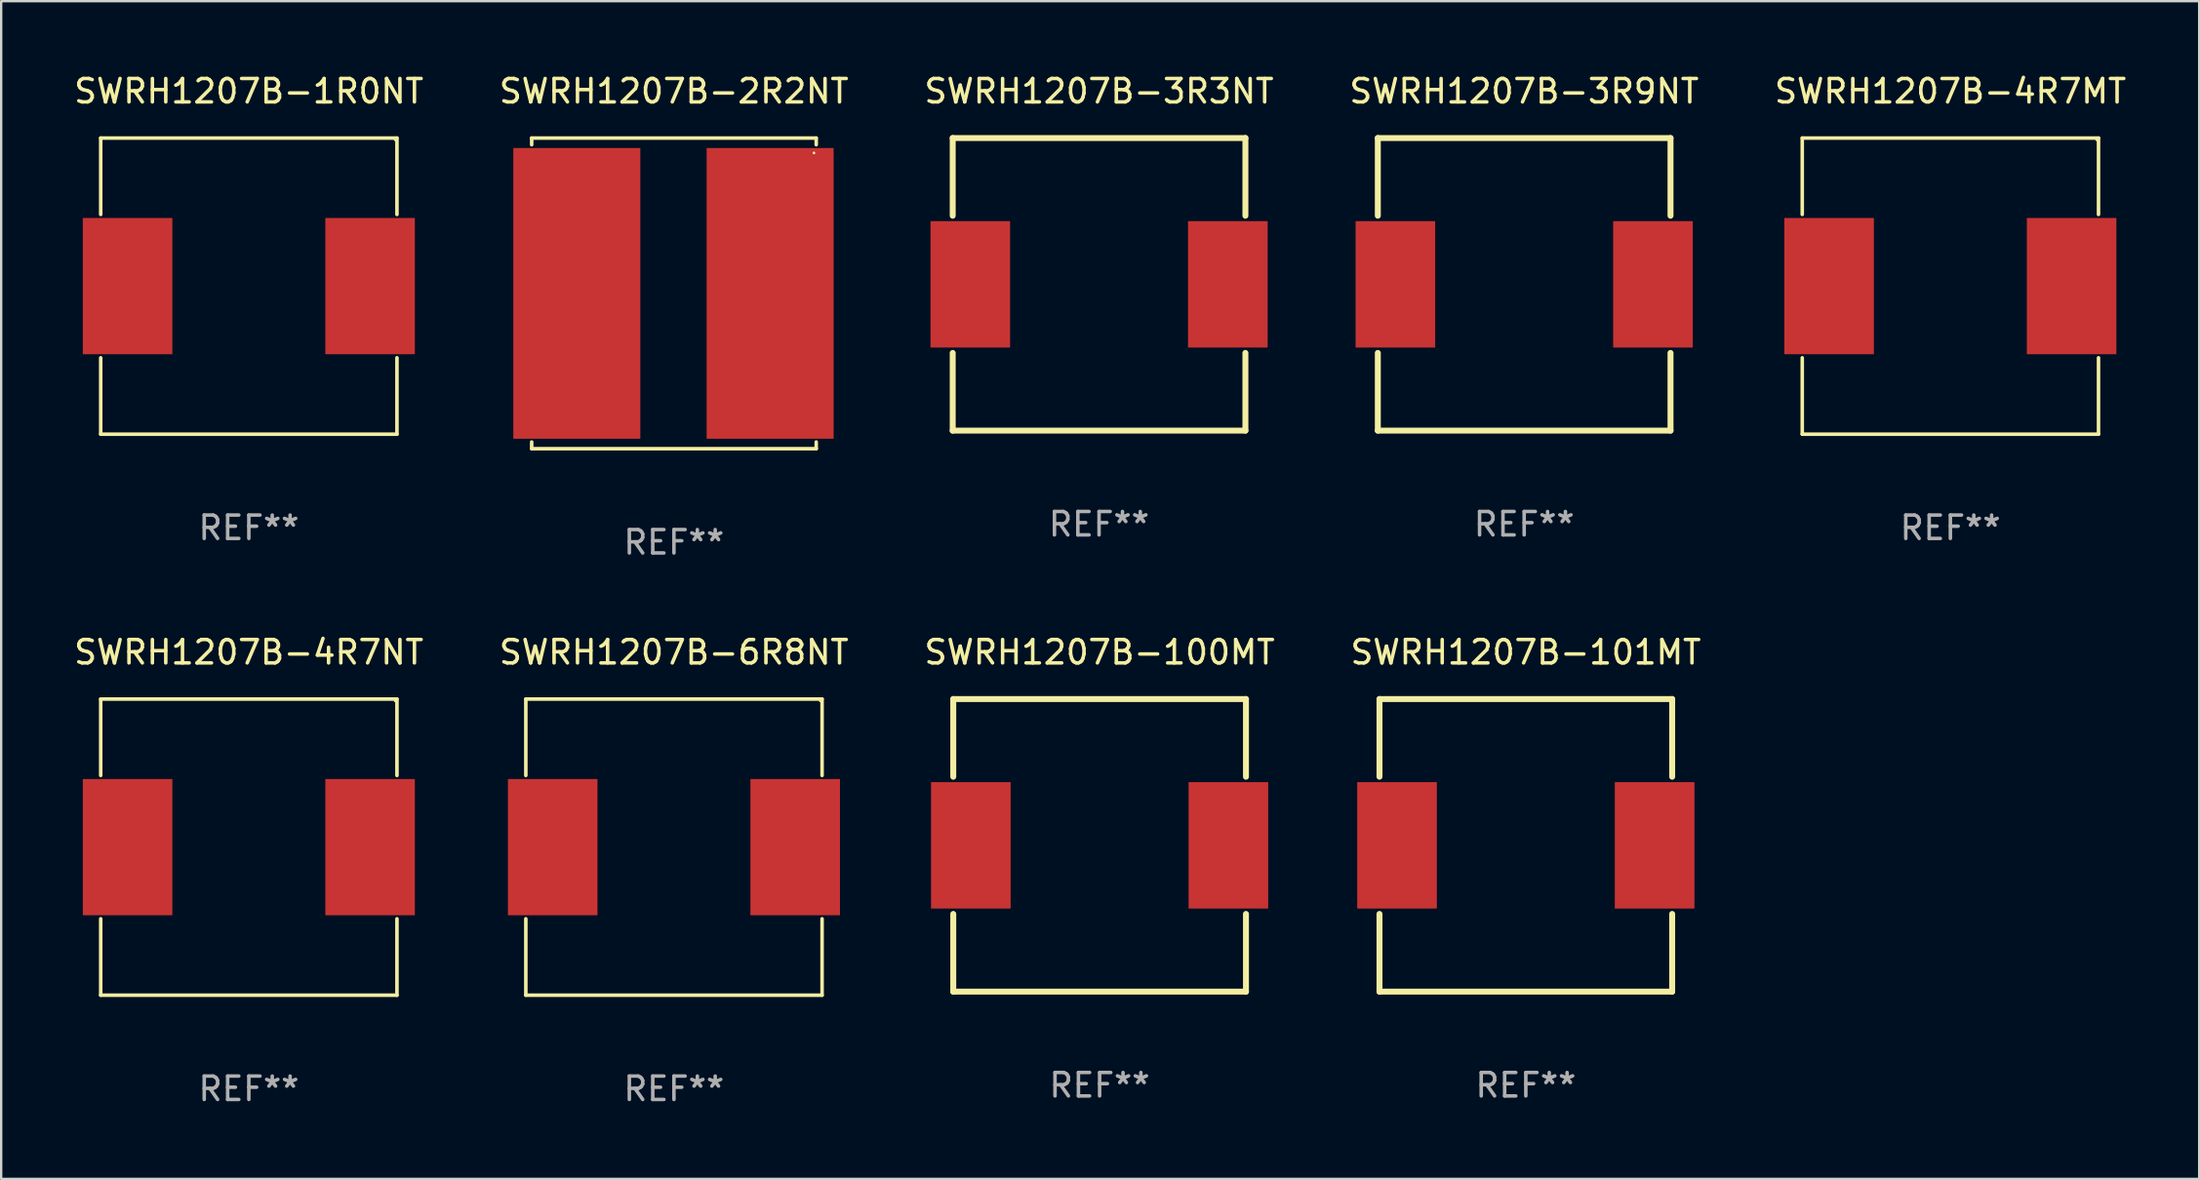
<source format=kicad_pcb>
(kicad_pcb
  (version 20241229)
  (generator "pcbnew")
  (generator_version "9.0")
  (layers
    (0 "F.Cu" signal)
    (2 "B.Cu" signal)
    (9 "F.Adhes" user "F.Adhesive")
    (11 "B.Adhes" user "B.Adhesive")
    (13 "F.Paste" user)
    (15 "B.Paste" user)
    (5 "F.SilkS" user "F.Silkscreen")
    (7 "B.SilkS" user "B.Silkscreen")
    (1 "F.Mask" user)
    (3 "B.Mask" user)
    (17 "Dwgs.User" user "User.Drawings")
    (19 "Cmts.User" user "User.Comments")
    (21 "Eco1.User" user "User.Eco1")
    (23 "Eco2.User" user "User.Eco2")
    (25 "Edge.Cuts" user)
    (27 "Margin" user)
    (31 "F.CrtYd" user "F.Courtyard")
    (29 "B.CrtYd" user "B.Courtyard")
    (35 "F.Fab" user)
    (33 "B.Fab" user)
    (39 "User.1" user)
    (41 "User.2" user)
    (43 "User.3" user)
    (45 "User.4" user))
  (footprint "SWRH1207B-3R9NT"
    (layer "F.Cu")
    (at 62.042 9.098)
    (property "Reference" "SWRH1207B-3R9NT" (at 0 -8.25 0) (layer "F.SilkS") (effects (font (size 1 1) (thickness 0.15))))
    (attr through_hole)
    (fp_line (start -6.25 -6.25) (end 6.25 -6.25) (stroke (width 0.254) (type solid)) (layer "F.SilkS"))
    (fp_line (start -6.25 -2.931) (end -6.25 -6.25) (stroke (width 0.254) (type solid)) (layer "F.SilkS"))
    (fp_line (start -6.25 6.25) (end -6.25 2.931) (stroke (width 0.254) (type solid)) (layer "F.SilkS"))
    (fp_line (start 6.25 -6.25) (end 6.25 -2.931) (stroke (width 0.254) (type solid)) (layer "F.SilkS"))
    (fp_line (start 6.25 2.931) (end 6.25 6.25) (stroke (width 0.254) (type solid)) (layer "F.SilkS"))
    (fp_line (start 6.25 6.25) (end -6.25 6.25) (stroke (width 0.254) (type solid)) (layer "F.SilkS"))
    (fp_circle (center -6.25 6.25) (end -6.22 6.25) (stroke (width 0.06) (type solid)) (fill no) (layer "F.SilkS"))
    (fp_text user "REF**" (at 0 10.25 0) (layer "F.Fab") (effects (font (size 1 1) (thickness 0.15))))
    (pad "1" smd rect (at -5.5 0) (size 3.4 5.4) (layers "F.Cu" "F.Mask" "F.Paste"))
    (pad "2" smd rect (at 5.5 0) (size 3.4 5.4) (layers "F.Cu" "F.Mask" "F.Paste")))
  (footprint "SWRH1207B-4R7NT"
    (layer "F.Cu")
    (at 7.577 33.143)
    (property "Reference" "SWRH1207B-4R7NT" (at 0 -8.326 0) (layer "F.SilkS") (effects (font (size 1 1) (thickness 0.15))))
    (attr through_hole)
    (fp_line (start -6.326 -6.326) (end 6.326 -6.326) (stroke (width 0.152) (type solid)) (layer "F.SilkS"))
    (fp_line (start -6.326 -3.062) (end -6.326 -6.326) (stroke (width 0.152) (type solid)) (layer "F.SilkS"))
    (fp_line (start -6.326 3.062) (end -6.326 6.326) (stroke (width 0.152) (type solid)) (layer "F.SilkS"))
    (fp_line (start -6.326 6.326) (end 6.326 6.326) (stroke (width 0.152) (type solid)) (layer "F.SilkS"))
    (fp_line (start 6.326 -6.326) (end 6.326 -3.062) (stroke (width 0.152) (type solid)) (layer "F.SilkS"))
    (fp_line (start 6.326 6.326) (end 6.326 3.062) (stroke (width 0.152) (type solid)) (layer "F.SilkS"))
    (fp_circle (center 6.25 -6.25) (end 6.28 -6.25) (stroke (width 0.06) (type solid)) (fill no) (layer "F.SilkS"))
    (fp_text user "REF**" (at 0 10.326 0) (layer "F.Fab") (effects (font (size 1 1) (thickness 0.15))))
    (pad "1" smd rect (at 5.178 0) (size 3.824 5.82) (layers "F.Cu" "F.Mask" "F.Paste"))
    (pad "2" smd rect (at -5.178 0) (size 3.824 5.82) (layers "F.Cu" "F.Mask" "F.Paste")))
  (footprint "SWRH1207B-101MT"
    (layer "F.Cu")
    (at 62.113 33.067)
    (property "Reference" "SWRH1207B-101MT" (at 0 -8.25 0) (layer "F.SilkS") (effects (font (size 1 1) (thickness 0.15))))
    (attr through_hole)
    (fp_line (start -6.25 -6.25) (end 6.25 -6.25) (stroke (width 0.254) (type solid)) (layer "F.SilkS"))
    (fp_line (start -6.25 -2.931) (end -6.25 -6.25) (stroke (width 0.254) (type solid)) (layer "F.SilkS"))
    (fp_line (start -6.25 6.25) (end -6.25 2.931) (stroke (width 0.254) (type solid)) (layer "F.SilkS"))
    (fp_line (start 6.25 -6.25) (end 6.25 -2.931) (stroke (width 0.254) (type solid)) (layer "F.SilkS"))
    (fp_line (start 6.25 2.931) (end 6.25 6.25) (stroke (width 0.254) (type solid)) (layer "F.SilkS"))
    (fp_line (start 6.25 6.25) (end -6.25 6.25) (stroke (width 0.254) (type solid)) (layer "F.SilkS"))
    (fp_circle (center -6.25 6.25) (end -6.22 6.25) (stroke (width 0.06) (type solid)) (fill no) (layer "F.SilkS"))
    (fp_text user "REF**" (at 0 10.25 0) (layer "F.Fab") (effects (font (size 1 1) (thickness 0.15))))
    (pad "1" smd rect (at -5.5 0) (size 3.4 5.4) (layers "F.Cu" "F.Mask" "F.Paste"))
    (pad "2" smd rect (at 5.5 0) (size 3.4 5.4) (layers "F.Cu" "F.Mask" "F.Paste")))
  (footprint "SWRH1207B-2R2NT"
    (layer "F.Cu")
    (at 25.732 9.484)
    (property "Reference" "SWRH1207B-2R2NT" (at 0 -8.636 0) (layer "F.SilkS") (effects (font (size 1 1) (thickness 0.15))))
    (attr through_hole)
    (fp_line (start -6.076 -6.636) (end -6.076 -6.35) (stroke (width 0.152) (type solid)) (layer "F.SilkS"))
    (fp_line (start -6.076 6.636) (end -6.076 6.35) (stroke (width 0.152) (type solid)) (layer "F.SilkS"))
    (fp_line (start 6.076 -6.636) (end -6.076 -6.636) (stroke (width 0.152) (type solid)) (layer "F.SilkS"))
    (fp_line (start 6.076 -6.35) (end 6.076 -6.636) (stroke (width 0.152) (type solid)) (layer "F.SilkS"))
    (fp_line (start 6.076 6.35) (end 6.076 6.636) (stroke (width 0.152) (type solid)) (layer "F.SilkS"))
    (fp_line (start 6.076 6.636) (end -6.076 6.636) (stroke (width 0.152) (type solid)) (layer "F.SilkS"))
    (fp_circle (center 5.98 -6) (end 6.01 -6) (stroke (width 0.06) (type solid)) (fill no) (layer "F.SilkS"))
    (fp_text user "REF**" (at 0 10.636 0) (layer "F.Fab") (effects (font (size 1 1) (thickness 0.15))))
    (pad "1" smd rect (at 4.108 0) (size 5.424 12.42) (layers "F.Cu" "F.Mask" "F.Paste"))
    (pad "2" smd rect (at -4.148 0) (size 5.424 12.42) (layers "F.Cu" "F.Mask" "F.Paste")))
  (footprint "SWRH1207B-100MT"
    (layer "F.Cu")
    (at 43.911 33.067)
    (property "Reference" "SWRH1207B-100MT" (at 0 -8.25 0) (layer "F.SilkS") (effects (font (size 1 1) (thickness 0.15))))
    (attr through_hole)
    (fp_line (start -6.25 -6.25) (end 6.25 -6.25) (stroke (width 0.254) (type solid)) (layer "F.SilkS"))
    (fp_line (start -6.25 -2.931) (end -6.25 -6.25) (stroke (width 0.254) (type solid)) (layer "F.SilkS"))
    (fp_line (start -6.25 6.25) (end -6.25 2.931) (stroke (width 0.254) (type solid)) (layer "F.SilkS"))
    (fp_line (start 6.25 -6.25) (end 6.25 -2.931) (stroke (width 0.254) (type solid)) (layer "F.SilkS"))
    (fp_line (start 6.25 2.931) (end 6.25 6.25) (stroke (width 0.254) (type solid)) (layer "F.SilkS"))
    (fp_line (start 6.25 6.25) (end -6.25 6.25) (stroke (width 0.254) (type solid)) (layer "F.SilkS"))
    (fp_circle (center -6.25 6.25) (end -6.22 6.25) (stroke (width 0.06) (type solid)) (fill no) (layer "F.SilkS"))
    (fp_text user "REF**" (at 0 10.25 0) (layer "F.Fab") (effects (font (size 1 1) (thickness 0.15))))
    (pad "1" smd rect (at -5.5 0) (size 3.4 5.4) (layers "F.Cu" "F.Mask" "F.Paste"))
    (pad "2" smd rect (at 5.5 0) (size 3.4 5.4) (layers "F.Cu" "F.Mask" "F.Paste")))
  (footprint "SWRH1207B-3R3NT"
    (layer "F.Cu")
    (at 43.887 9.098)
    (property "Reference" "SWRH1207B-3R3NT" (at 0 -8.25 0) (layer "F.SilkS") (effects (font (size 1 1) (thickness 0.15))))
    (attr through_hole)
    (fp_line (start -6.25 -6.25) (end 6.25 -6.25) (stroke (width 0.254) (type solid)) (layer "F.SilkS"))
    (fp_line (start -6.25 -2.931) (end -6.25 -6.25) (stroke (width 0.254) (type solid)) (layer "F.SilkS"))
    (fp_line (start -6.25 6.25) (end -6.25 2.931) (stroke (width 0.254) (type solid)) (layer "F.SilkS"))
    (fp_line (start 6.25 -6.25) (end 6.25 -2.931) (stroke (width 0.254) (type solid)) (layer "F.SilkS"))
    (fp_line (start 6.25 2.931) (end 6.25 6.25) (stroke (width 0.254) (type solid)) (layer "F.SilkS"))
    (fp_line (start 6.25 6.25) (end -6.25 6.25) (stroke (width 0.254) (type solid)) (layer "F.SilkS"))
    (fp_circle (center -6.25 6.25) (end -6.22 6.25) (stroke (width 0.06) (type solid)) (fill no) (layer "F.SilkS"))
    (fp_text user "REF**" (at 0 10.25 0) (layer "F.Fab") (effects (font (size 1 1) (thickness 0.15))))
    (pad "1" smd rect (at -5.5 0) (size 3.4 5.4) (layers "F.Cu" "F.Mask" "F.Paste"))
    (pad "2" smd rect (at 5.5 0) (size 3.4 5.4) (layers "F.Cu" "F.Mask" "F.Paste")))
  (footprint "SWRH1207B-1R0NT"
    (layer "F.Cu")
    (at 7.577 9.174)
    (property "Reference" "SWRH1207B-1R0NT" (at 0 -8.326 0) (layer "F.SilkS") (effects (font (size 1 1) (thickness 0.15))))
    (attr through_hole)
    (fp_line (start -6.326 -6.326) (end 6.326 -6.326) (stroke (width 0.152) (type solid)) (layer "F.SilkS"))
    (fp_line (start -6.326 -3.062) (end -6.326 -6.326) (stroke (width 0.152) (type solid)) (layer "F.SilkS"))
    (fp_line (start -6.326 3.062) (end -6.326 6.326) (stroke (width 0.152) (type solid)) (layer "F.SilkS"))
    (fp_line (start -6.326 6.326) (end 6.326 6.326) (stroke (width 0.152) (type solid)) (layer "F.SilkS"))
    (fp_line (start 6.326 -6.326) (end 6.326 -3.062) (stroke (width 0.152) (type solid)) (layer "F.SilkS"))
    (fp_line (start 6.326 6.326) (end 6.326 3.062) (stroke (width 0.152) (type solid)) (layer "F.SilkS"))
    (fp_circle (center 6.25 -6.25) (end 6.28 -6.25) (stroke (width 0.06) (type solid)) (fill no) (layer "F.SilkS"))
    (fp_text user "REF**" (at 0 10.326 0) (layer "F.Fab") (effects (font (size 1 1) (thickness 0.15))))
    (pad "1" smd rect (at 5.178 0) (size 3.824 5.82) (layers "F.Cu" "F.Mask" "F.Paste"))
    (pad "2" smd rect (at -5.178 0) (size 3.824 5.82) (layers "F.Cu" "F.Mask" "F.Paste")))
  (footprint "SWRH1207B-6R8NT"
    (layer "F.Cu")
    (at 25.732 33.143)
    (property "Reference" "SWRH1207B-6R8NT" (at 0 -8.326 0) (layer "F.SilkS") (effects (font (size 1 1) (thickness 0.15))))
    (attr through_hole)
    (fp_line (start -6.326 -6.326) (end 6.326 -6.326) (stroke (width 0.152) (type solid)) (layer "F.SilkS"))
    (fp_line (start -6.326 -3.062) (end -6.326 -6.326) (stroke (width 0.152) (type solid)) (layer "F.SilkS"))
    (fp_line (start -6.326 3.062) (end -6.326 6.326) (stroke (width 0.152) (type solid)) (layer "F.SilkS"))
    (fp_line (start -6.326 6.326) (end 6.326 6.326) (stroke (width 0.152) (type solid)) (layer "F.SilkS"))
    (fp_line (start 6.326 -6.326) (end 6.326 -3.062) (stroke (width 0.152) (type solid)) (layer "F.SilkS"))
    (fp_line (start 6.326 6.326) (end 6.326 3.062) (stroke (width 0.152) (type solid)) (layer "F.SilkS"))
    (fp_circle (center 6.25 -6.25) (end 6.28 -6.25) (stroke (width 0.06) (type solid)) (fill no) (layer "F.SilkS"))
    (fp_text user "REF**" (at 0 10.326 0) (layer "F.Fab") (effects (font (size 1 1) (thickness 0.15))))
    (pad "1" smd rect (at 5.178 0) (size 3.824 5.82) (layers "F.Cu" "F.Mask" "F.Paste"))
    (pad "2" smd rect (at -5.178 0) (size 3.824 5.82) (layers "F.Cu" "F.Mask" "F.Paste")))
  (footprint "SWRH1207B-4R7MT"
    (layer "F.Cu")
    (at 80.244 9.174)
    (property "Reference" "SWRH1207B-4R7MT" (at 0 -8.326 0) (layer "F.SilkS") (effects (font (size 1 1) (thickness 0.15))))
    (attr through_hole)
    (fp_line (start -6.326 -6.326) (end 6.326 -6.326) (stroke (width 0.152) (type solid)) (layer "F.SilkS"))
    (fp_line (start -6.326 -3.062) (end -6.326 -6.326) (stroke (width 0.152) (type solid)) (layer "F.SilkS"))
    (fp_line (start -6.326 3.062) (end -6.326 6.326) (stroke (width 0.152) (type solid)) (layer "F.SilkS"))
    (fp_line (start -6.326 6.326) (end 6.326 6.326) (stroke (width 0.152) (type solid)) (layer "F.SilkS"))
    (fp_line (start 6.326 -6.326) (end 6.326 -3.062) (stroke (width 0.152) (type solid)) (layer "F.SilkS"))
    (fp_line (start 6.326 6.326) (end 6.326 3.062) (stroke (width 0.152) (type solid)) (layer "F.SilkS"))
    (fp_circle (center 6.25 -6.25) (end 6.28 -6.25) (stroke (width 0.06) (type solid)) (fill no) (layer "F.SilkS"))
    (fp_text user "REF**" (at 0 10.326 0) (layer "F.Fab") (effects (font (size 1 1) (thickness 0.15))))
    (pad "1" smd rect (at 5.178 0) (size 3.824 5.82) (layers "F.Cu" "F.Mask" "F.Paste"))
    (pad "2" smd rect (at -5.178 0) (size 3.824 5.82) (layers "F.Cu" "F.Mask" "F.Paste")))
  (gr_rect
    (start -3 -3)
    (end 90.869 47.318)
    (stroke (width 0.1) (type default))
    (fill no)
    (layer "Edge.Cuts")))
</source>
